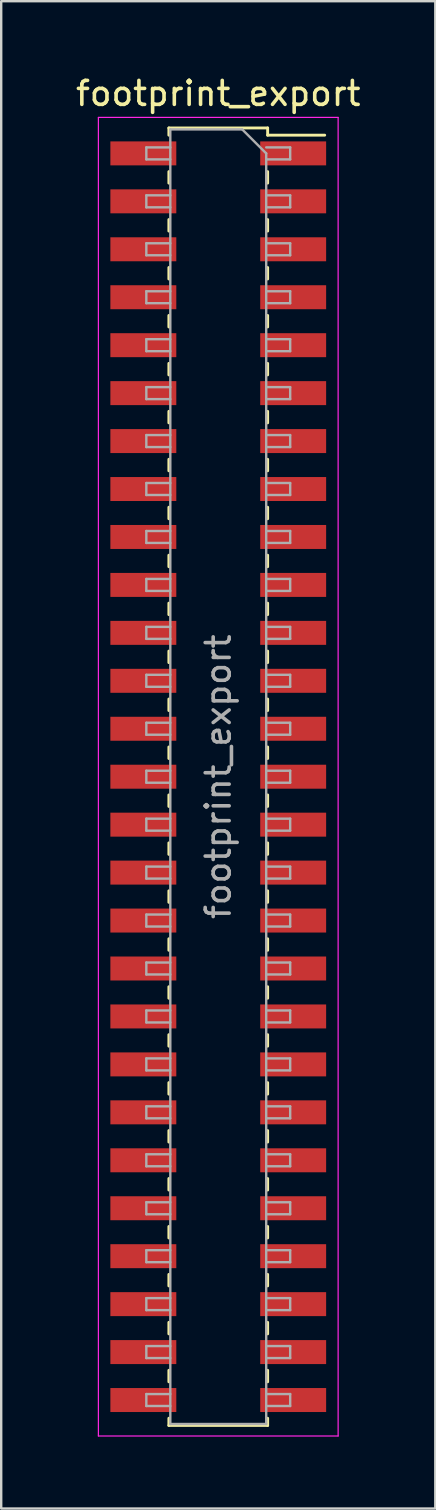
<source format=kicad_pcb>
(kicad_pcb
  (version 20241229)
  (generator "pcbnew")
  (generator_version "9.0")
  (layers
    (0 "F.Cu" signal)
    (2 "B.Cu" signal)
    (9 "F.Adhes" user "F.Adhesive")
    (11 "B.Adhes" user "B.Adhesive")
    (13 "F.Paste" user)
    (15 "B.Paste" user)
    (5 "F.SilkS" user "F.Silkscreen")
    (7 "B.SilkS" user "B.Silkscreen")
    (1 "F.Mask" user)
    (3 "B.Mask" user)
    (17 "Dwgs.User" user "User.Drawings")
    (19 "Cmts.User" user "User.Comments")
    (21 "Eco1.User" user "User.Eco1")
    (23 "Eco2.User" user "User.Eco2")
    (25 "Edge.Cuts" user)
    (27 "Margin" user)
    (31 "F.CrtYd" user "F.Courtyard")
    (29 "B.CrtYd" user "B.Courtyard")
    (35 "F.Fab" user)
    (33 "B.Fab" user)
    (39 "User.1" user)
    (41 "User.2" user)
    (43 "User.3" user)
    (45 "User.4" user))
  (footprint "footprint_export"
    (layer "F.Cu")
    (at 6.054 29.348)
    (property "Reference" "footprint_export" (at 0 -28.5 0) (layer "F.SilkS") (effects (font (size 1 1) (thickness 0.15))))
    (attr smd)
    (fp_line (start -2.06 -27.06) (end -2.06 -26.76) (stroke (width 0.12) (type solid)) (layer "F.SilkS"))
    (fp_line (start -2.06 -27.06) (end 2.06 -27.06) (stroke (width 0.12) (type solid)) (layer "F.SilkS"))
    (fp_line (start -2.06 -25.24) (end -2.06 -24.76) (stroke (width 0.12) (type solid)) (layer "F.SilkS"))
    (fp_line (start -2.06 -23.24) (end -2.06 -22.76) (stroke (width 0.12) (type solid)) (layer "F.SilkS"))
    (fp_line (start -2.06 -21.24) (end -2.06 -20.76) (stroke (width 0.12) (type solid)) (layer "F.SilkS"))
    (fp_line (start -2.06 -19.24) (end -2.06 -18.76) (stroke (width 0.12) (type solid)) (layer "F.SilkS"))
    (fp_line (start -2.06 -17.24) (end -2.06 -16.76) (stroke (width 0.12) (type solid)) (layer "F.SilkS"))
    (fp_line (start -2.06 -15.24) (end -2.06 -14.76) (stroke (width 0.12) (type solid)) (layer "F.SilkS"))
    (fp_line (start -2.06 -13.24) (end -2.06 -12.76) (stroke (width 0.12) (type solid)) (layer "F.SilkS"))
    (fp_line (start -2.06 -11.24) (end -2.06 -10.76) (stroke (width 0.12) (type solid)) (layer "F.SilkS"))
    (fp_line (start -2.06 -9.24) (end -2.06 -8.76) (stroke (width 0.12) (type solid)) (layer "F.SilkS"))
    (fp_line (start -2.06 -7.24) (end -2.06 -6.76) (stroke (width 0.12) (type solid)) (layer "F.SilkS"))
    (fp_line (start -2.06 -5.24) (end -2.06 -4.76) (stroke (width 0.12) (type solid)) (layer "F.SilkS"))
    (fp_line (start -2.06 -3.24) (end -2.06 -2.76) (stroke (width 0.12) (type solid)) (layer "F.SilkS"))
    (fp_line (start -2.06 -1.24) (end -2.06 -0.76) (stroke (width 0.12) (type solid)) (layer "F.SilkS"))
    (fp_line (start -2.06 0.76) (end -2.06 1.24) (stroke (width 0.12) (type solid)) (layer "F.SilkS"))
    (fp_line (start -2.06 2.76) (end -2.06 3.24) (stroke (width 0.12) (type solid)) (layer "F.SilkS"))
    (fp_line (start -2.06 4.76) (end -2.06 5.24) (stroke (width 0.12) (type solid)) (layer "F.SilkS"))
    (fp_line (start -2.06 6.76) (end -2.06 7.24) (stroke (width 0.12) (type solid)) (layer "F.SilkS"))
    (fp_line (start -2.06 8.76) (end -2.06 9.24) (stroke (width 0.12) (type solid)) (layer "F.SilkS"))
    (fp_line (start -2.06 10.76) (end -2.06 11.24) (stroke (width 0.12) (type solid)) (layer "F.SilkS"))
    (fp_line (start -2.06 12.76) (end -2.06 13.24) (stroke (width 0.12) (type solid)) (layer "F.SilkS"))
    (fp_line (start -2.06 14.76) (end -2.06 15.24) (stroke (width 0.12) (type solid)) (layer "F.SilkS"))
    (fp_line (start -2.06 16.76) (end -2.06 17.24) (stroke (width 0.12) (type solid)) (layer "F.SilkS"))
    (fp_line (start -2.06 18.76) (end -2.06 19.24) (stroke (width 0.12) (type solid)) (layer "F.SilkS"))
    (fp_line (start -2.06 20.76) (end -2.06 21.24) (stroke (width 0.12) (type solid)) (layer "F.SilkS"))
    (fp_line (start -2.06 22.76) (end -2.06 23.24) (stroke (width 0.12) (type solid)) (layer "F.SilkS"))
    (fp_line (start -2.06 24.76) (end -2.06 25.24) (stroke (width 0.12) (type solid)) (layer "F.SilkS"))
    (fp_line (start -2.06 26.76) (end -2.06 27.06) (stroke (width 0.12) (type solid)) (layer "F.SilkS"))
    (fp_line (start -2.06 27.06) (end 2.06 27.06) (stroke (width 0.12) (type solid)) (layer "F.SilkS"))
    (fp_line (start 2.06 -27.06) (end 2.06 -26.76) (stroke (width 0.12) (type solid)) (layer "F.SilkS"))
    (fp_line (start 2.06 -26.76) (end 4.44 -26.76) (stroke (width 0.12) (type solid)) (layer "F.SilkS"))
    (fp_line (start 2.06 -25.24) (end 2.06 -24.76) (stroke (width 0.12) (type solid)) (layer "F.SilkS"))
    (fp_line (start 2.06 -23.24) (end 2.06 -22.76) (stroke (width 0.12) (type solid)) (layer "F.SilkS"))
    (fp_line (start 2.06 -21.24) (end 2.06 -20.76) (stroke (width 0.12) (type solid)) (layer "F.SilkS"))
    (fp_line (start 2.06 -19.24) (end 2.06 -18.76) (stroke (width 0.12) (type solid)) (layer "F.SilkS"))
    (fp_line (start 2.06 -17.24) (end 2.06 -16.76) (stroke (width 0.12) (type solid)) (layer "F.SilkS"))
    (fp_line (start 2.06 -15.24) (end 2.06 -14.76) (stroke (width 0.12) (type solid)) (layer "F.SilkS"))
    (fp_line (start 2.06 -13.24) (end 2.06 -12.76) (stroke (width 0.12) (type solid)) (layer "F.SilkS"))
    (fp_line (start 2.06 -11.24) (end 2.06 -10.76) (stroke (width 0.12) (type solid)) (layer "F.SilkS"))
    (fp_line (start 2.06 -9.24) (end 2.06 -8.76) (stroke (width 0.12) (type solid)) (layer "F.SilkS"))
    (fp_line (start 2.06 -7.24) (end 2.06 -6.76) (stroke (width 0.12) (type solid)) (layer "F.SilkS"))
    (fp_line (start 2.06 -5.24) (end 2.06 -4.76) (stroke (width 0.12) (type solid)) (layer "F.SilkS"))
    (fp_line (start 2.06 -3.24) (end 2.06 -2.76) (stroke (width 0.12) (type solid)) (layer "F.SilkS"))
    (fp_line (start 2.06 -1.24) (end 2.06 -0.76) (stroke (width 0.12) (type solid)) (layer "F.SilkS"))
    (fp_line (start 2.06 0.76) (end 2.06 1.24) (stroke (width 0.12) (type solid)) (layer "F.SilkS"))
    (fp_line (start 2.06 2.76) (end 2.06 3.24) (stroke (width 0.12) (type solid)) (layer "F.SilkS"))
    (fp_line (start 2.06 4.76) (end 2.06 5.24) (stroke (width 0.12) (type solid)) (layer "F.SilkS"))
    (fp_line (start 2.06 6.76) (end 2.06 7.24) (stroke (width 0.12) (type solid)) (layer "F.SilkS"))
    (fp_line (start 2.06 8.76) (end 2.06 9.24) (stroke (width 0.12) (type solid)) (layer "F.SilkS"))
    (fp_line (start 2.06 10.76) (end 2.06 11.24) (stroke (width 0.12) (type solid)) (layer "F.SilkS"))
    (fp_line (start 2.06 12.76) (end 2.06 13.24) (stroke (width 0.12) (type solid)) (layer "F.SilkS"))
    (fp_line (start 2.06 14.76) (end 2.06 15.24) (stroke (width 0.12) (type solid)) (layer "F.SilkS"))
    (fp_line (start 2.06 16.76) (end 2.06 17.24) (stroke (width 0.12) (type solid)) (layer "F.SilkS"))
    (fp_line (start 2.06 18.76) (end 2.06 19.24) (stroke (width 0.12) (type solid)) (layer "F.SilkS"))
    (fp_line (start 2.06 20.76) (end 2.06 21.24) (stroke (width 0.12) (type solid)) (layer "F.SilkS"))
    (fp_line (start 2.06 22.76) (end 2.06 23.24) (stroke (width 0.12) (type solid)) (layer "F.SilkS"))
    (fp_line (start 2.06 24.76) (end 2.06 25.24) (stroke (width 0.12) (type solid)) (layer "F.SilkS"))
    (fp_line (start 2.06 26.76) (end 2.06 27.06) (stroke (width 0.12) (type solid)) (layer "F.SilkS"))
    (fp_line (start -5 -27.5) (end 5 -27.5) (stroke (width 0.05) (type solid)) (layer "F.CrtYd"))
    (fp_line (start -5 27.5) (end -5 -27.5) (stroke (width 0.05) (type solid)) (layer "F.CrtYd"))
    (fp_line (start 5 -27.5) (end 5 27.5) (stroke (width 0.05) (type solid)) (layer "F.CrtYd"))
    (fp_line (start 5 27.5) (end -5 27.5) (stroke (width 0.05) (type solid)) (layer "F.CrtYd"))
    (fp_line (start -3 -26.25) (end -2 -26.25) (stroke (width 0.1) (type solid)) (layer "F.Fab"))
    (fp_line (start -3 -25.75) (end -3 -26.25) (stroke (width 0.1) (type solid)) (layer "F.Fab"))
    (fp_line (start -3 -24.25) (end -2 -24.25) (stroke (width 0.1) (type solid)) (layer "F.Fab"))
    (fp_line (start -3 -23.75) (end -3 -24.25) (stroke (width 0.1) (type solid)) (layer "F.Fab"))
    (fp_line (start -3 -22.25) (end -2 -22.25) (stroke (width 0.1) (type solid)) (layer "F.Fab"))
    (fp_line (start -3 -21.75) (end -3 -22.25) (stroke (width 0.1) (type solid)) (layer "F.Fab"))
    (fp_line (start -3 -20.25) (end -2 -20.25) (stroke (width 0.1) (type solid)) (layer "F.Fab"))
    (fp_line (start -3 -19.75) (end -3 -20.25) (stroke (width 0.1) (type solid)) (layer "F.Fab"))
    (fp_line (start -3 -18.25) (end -2 -18.25) (stroke (width 0.1) (type solid)) (layer "F.Fab"))
    (fp_line (start -3 -17.75) (end -3 -18.25) (stroke (width 0.1) (type solid)) (layer "F.Fab"))
    (fp_line (start -3 -16.25) (end -2 -16.25) (stroke (width 0.1) (type solid)) (layer "F.Fab"))
    (fp_line (start -3 -15.75) (end -3 -16.25) (stroke (width 0.1) (type solid)) (layer "F.Fab"))
    (fp_line (start -3 -14.25) (end -2 -14.25) (stroke (width 0.1) (type solid)) (layer "F.Fab"))
    (fp_line (start -3 -13.75) (end -3 -14.25) (stroke (width 0.1) (type solid)) (layer "F.Fab"))
    (fp_line (start -3 -12.25) (end -2 -12.25) (stroke (width 0.1) (type solid)) (layer "F.Fab"))
    (fp_line (start -3 -11.75) (end -3 -12.25) (stroke (width 0.1) (type solid)) (layer "F.Fab"))
    (fp_line (start -3 -10.25) (end -2 -10.25) (stroke (width 0.1) (type solid)) (layer "F.Fab"))
    (fp_line (start -3 -9.75) (end -3 -10.25) (stroke (width 0.1) (type solid)) (layer "F.Fab"))
    (fp_line (start -3 -8.25) (end -2 -8.25) (stroke (width 0.1) (type solid)) (layer "F.Fab"))
    (fp_line (start -3 -7.75) (end -3 -8.25) (stroke (width 0.1) (type solid)) (layer "F.Fab"))
    (fp_line (start -3 -6.25) (end -2 -6.25) (stroke (width 0.1) (type solid)) (layer "F.Fab"))
    (fp_line (start -3 -5.75) (end -3 -6.25) (stroke (width 0.1) (type solid)) (layer "F.Fab"))
    (fp_line (start -3 -4.25) (end -2 -4.25) (stroke (width 0.1) (type solid)) (layer "F.Fab"))
    (fp_line (start -3 -3.75) (end -3 -4.25) (stroke (width 0.1) (type solid)) (layer "F.Fab"))
    (fp_line (start -3 -2.25) (end -2 -2.25) (stroke (width 0.1) (type solid)) (layer "F.Fab"))
    (fp_line (start -3 -1.75) (end -3 -2.25) (stroke (width 0.1) (type solid)) (layer "F.Fab"))
    (fp_line (start -3 -0.25) (end -2 -0.25) (stroke (width 0.1) (type solid)) (layer "F.Fab"))
    (fp_line (start -3 0.25) (end -3 -0.25) (stroke (width 0.1) (type solid)) (layer "F.Fab"))
    (fp_line (start -3 1.75) (end -2 1.75) (stroke (width 0.1) (type solid)) (layer "F.Fab"))
    (fp_line (start -3 2.25) (end -3 1.75) (stroke (width 0.1) (type solid)) (layer "F.Fab"))
    (fp_line (start -3 3.75) (end -2 3.75) (stroke (width 0.1) (type solid)) (layer "F.Fab"))
    (fp_line (start -3 4.25) (end -3 3.75) (stroke (width 0.1) (type solid)) (layer "F.Fab"))
    (fp_line (start -3 5.75) (end -2 5.75) (stroke (width 0.1) (type solid)) (layer "F.Fab"))
    (fp_line (start -3 6.25) (end -3 5.75) (stroke (width 0.1) (type solid)) (layer "F.Fab"))
    (fp_line (start -3 7.75) (end -2 7.75) (stroke (width 0.1) (type solid)) (layer "F.Fab"))
    (fp_line (start -3 8.25) (end -3 7.75) (stroke (width 0.1) (type solid)) (layer "F.Fab"))
    (fp_line (start -3 9.75) (end -2 9.75) (stroke (width 0.1) (type solid)) (layer "F.Fab"))
    (fp_line (start -3 10.25) (end -3 9.75) (stroke (width 0.1) (type solid)) (layer "F.Fab"))
    (fp_line (start -3 11.75) (end -2 11.75) (stroke (width 0.1) (type solid)) (layer "F.Fab"))
    (fp_line (start -3 12.25) (end -3 11.75) (stroke (width 0.1) (type solid)) (layer "F.Fab"))
    (fp_line (start -3 13.75) (end -2 13.75) (stroke (width 0.1) (type solid)) (layer "F.Fab"))
    (fp_line (start -3 14.25) (end -3 13.75) (stroke (width 0.1) (type solid)) (layer "F.Fab"))
    (fp_line (start -3 15.75) (end -2 15.75) (stroke (width 0.1) (type solid)) (layer "F.Fab"))
    (fp_line (start -3 16.25) (end -3 15.75) (stroke (width 0.1) (type solid)) (layer "F.Fab"))
    (fp_line (start -3 17.75) (end -2 17.75) (stroke (width 0.1) (type solid)) (layer "F.Fab"))
    (fp_line (start -3 18.25) (end -3 17.75) (stroke (width 0.1) (type solid)) (layer "F.Fab"))
    (fp_line (start -3 19.75) (end -2 19.75) (stroke (width 0.1) (type solid)) (layer "F.Fab"))
    (fp_line (start -3 20.25) (end -3 19.75) (stroke (width 0.1) (type solid)) (layer "F.Fab"))
    (fp_line (start -3 21.75) (end -2 21.75) (stroke (width 0.1) (type solid)) (layer "F.Fab"))
    (fp_line (start -3 22.25) (end -3 21.75) (stroke (width 0.1) (type solid)) (layer "F.Fab"))
    (fp_line (start -3 23.75) (end -2 23.75) (stroke (width 0.1) (type solid)) (layer "F.Fab"))
    (fp_line (start -3 24.25) (end -3 23.75) (stroke (width 0.1) (type solid)) (layer "F.Fab"))
    (fp_line (start -3 25.75) (end -2 25.75) (stroke (width 0.1) (type solid)) (layer "F.Fab"))
    (fp_line (start -3 26.25) (end -3 25.75) (stroke (width 0.1) (type solid)) (layer "F.Fab"))
    (fp_line (start -2 -27) (end 1 -27) (stroke (width 0.1) (type solid)) (layer "F.Fab"))
    (fp_line (start -2 -25.75) (end -3 -25.75) (stroke (width 0.1) (type solid)) (layer "F.Fab"))
    (fp_line (start -2 -23.75) (end -3 -23.75) (stroke (width 0.1) (type solid)) (layer "F.Fab"))
    (fp_line (start -2 -21.75) (end -3 -21.75) (stroke (width 0.1) (type solid)) (layer "F.Fab"))
    (fp_line (start -2 -19.75) (end -3 -19.75) (stroke (width 0.1) (type solid)) (layer "F.Fab"))
    (fp_line (start -2 -17.75) (end -3 -17.75) (stroke (width 0.1) (type solid)) (layer "F.Fab"))
    (fp_line (start -2 -15.75) (end -3 -15.75) (stroke (width 0.1) (type solid)) (layer "F.Fab"))
    (fp_line (start -2 -13.75) (end -3 -13.75) (stroke (width 0.1) (type solid)) (layer "F.Fab"))
    (fp_line (start -2 -11.75) (end -3 -11.75) (stroke (width 0.1) (type solid)) (layer "F.Fab"))
    (fp_line (start -2 -9.75) (end -3 -9.75) (stroke (width 0.1) (type solid)) (layer "F.Fab"))
    (fp_line (start -2 -7.75) (end -3 -7.75) (stroke (width 0.1) (type solid)) (layer "F.Fab"))
    (fp_line (start -2 -5.75) (end -3 -5.75) (stroke (width 0.1) (type solid)) (layer "F.Fab"))
    (fp_line (start -2 -3.75) (end -3 -3.75) (stroke (width 0.1) (type solid)) (layer "F.Fab"))
    (fp_line (start -2 -1.75) (end -3 -1.75) (stroke (width 0.1) (type solid)) (layer "F.Fab"))
    (fp_line (start -2 0.25) (end -3 0.25) (stroke (width 0.1) (type solid)) (layer "F.Fab"))
    (fp_line (start -2 2.25) (end -3 2.25) (stroke (width 0.1) (type solid)) (layer "F.Fab"))
    (fp_line (start -2 4.25) (end -3 4.25) (stroke (width 0.1) (type solid)) (layer "F.Fab"))
    (fp_line (start -2 6.25) (end -3 6.25) (stroke (width 0.1) (type solid)) (layer "F.Fab"))
    (fp_line (start -2 8.25) (end -3 8.25) (stroke (width 0.1) (type solid)) (layer "F.Fab"))
    (fp_line (start -2 10.25) (end -3 10.25) (stroke (width 0.1) (type solid)) (layer "F.Fab"))
    (fp_line (start -2 12.25) (end -3 12.25) (stroke (width 0.1) (type solid)) (layer "F.Fab"))
    (fp_line (start -2 14.25) (end -3 14.25) (stroke (width 0.1) (type solid)) (layer "F.Fab"))
    (fp_line (start -2 16.25) (end -3 16.25) (stroke (width 0.1) (type solid)) (layer "F.Fab"))
    (fp_line (start -2 18.25) (end -3 18.25) (stroke (width 0.1) (type solid)) (layer "F.Fab"))
    (fp_line (start -2 20.25) (end -3 20.25) (stroke (width 0.1) (type solid)) (layer "F.Fab"))
    (fp_line (start -2 22.25) (end -3 22.25) (stroke (width 0.1) (type solid)) (layer "F.Fab"))
    (fp_line (start -2 24.25) (end -3 24.25) (stroke (width 0.1) (type solid)) (layer "F.Fab"))
    (fp_line (start -2 26.25) (end -3 26.25) (stroke (width 0.1) (type solid)) (layer "F.Fab"))
    (fp_line (start -2 27) (end -2 -27) (stroke (width 0.1) (type solid)) (layer "F.Fab"))
    (fp_line (start 1 -27) (end 2 -26) (stroke (width 0.1) (type solid)) (layer "F.Fab"))
    (fp_line (start 2 -26.25) (end 3 -26.25) (stroke (width 0.1) (type solid)) (layer "F.Fab"))
    (fp_line (start 2 -26) (end 2 27) (stroke (width 0.1) (type solid)) (layer "F.Fab"))
    (fp_line (start 2 -24.25) (end 3 -24.25) (stroke (width 0.1) (type solid)) (layer "F.Fab"))
    (fp_line (start 2 -22.25) (end 3 -22.25) (stroke (width 0.1) (type solid)) (layer "F.Fab"))
    (fp_line (start 2 -20.25) (end 3 -20.25) (stroke (width 0.1) (type solid)) (layer "F.Fab"))
    (fp_line (start 2 -18.25) (end 3 -18.25) (stroke (width 0.1) (type solid)) (layer "F.Fab"))
    (fp_line (start 2 -16.25) (end 3 -16.25) (stroke (width 0.1) (type solid)) (layer "F.Fab"))
    (fp_line (start 2 -14.25) (end 3 -14.25) (stroke (width 0.1) (type solid)) (layer "F.Fab"))
    (fp_line (start 2 -12.25) (end 3 -12.25) (stroke (width 0.1) (type solid)) (layer "F.Fab"))
    (fp_line (start 2 -10.25) (end 3 -10.25) (stroke (width 0.1) (type solid)) (layer "F.Fab"))
    (fp_line (start 2 -8.25) (end 3 -8.25) (stroke (width 0.1) (type solid)) (layer "F.Fab"))
    (fp_line (start 2 -6.25) (end 3 -6.25) (stroke (width 0.1) (type solid)) (layer "F.Fab"))
    (fp_line (start 2 -4.25) (end 3 -4.25) (stroke (width 0.1) (type solid)) (layer "F.Fab"))
    (fp_line (start 2 -2.25) (end 3 -2.25) (stroke (width 0.1) (type solid)) (layer "F.Fab"))
    (fp_line (start 2 -0.25) (end 3 -0.25) (stroke (width 0.1) (type solid)) (layer "F.Fab"))
    (fp_line (start 2 1.75) (end 3 1.75) (stroke (width 0.1) (type solid)) (layer "F.Fab"))
    (fp_line (start 2 3.75) (end 3 3.75) (stroke (width 0.1) (type solid)) (layer "F.Fab"))
    (fp_line (start 2 5.75) (end 3 5.75) (stroke (width 0.1) (type solid)) (layer "F.Fab"))
    (fp_line (start 2 7.75) (end 3 7.75) (stroke (width 0.1) (type solid)) (layer "F.Fab"))
    (fp_line (start 2 9.75) (end 3 9.75) (stroke (width 0.1) (type solid)) (layer "F.Fab"))
    (fp_line (start 2 11.75) (end 3 11.75) (stroke (width 0.1) (type solid)) (layer "F.Fab"))
    (fp_line (start 2 13.75) (end 3 13.75) (stroke (width 0.1) (type solid)) (layer "F.Fab"))
    (fp_line (start 2 15.75) (end 3 15.75) (stroke (width 0.1) (type solid)) (layer "F.Fab"))
    (fp_line (start 2 17.75) (end 3 17.75) (stroke (width 0.1) (type solid)) (layer "F.Fab"))
    (fp_line (start 2 19.75) (end 3 19.75) (stroke (width 0.1) (type solid)) (layer "F.Fab"))
    (fp_line (start 2 21.75) (end 3 21.75) (stroke (width 0.1) (type solid)) (layer "F.Fab"))
    (fp_line (start 2 23.75) (end 3 23.75) (stroke (width 0.1) (type solid)) (layer "F.Fab"))
    (fp_line (start 2 25.75) (end 3 25.75) (stroke (width 0.1) (type solid)) (layer "F.Fab"))
    (fp_line (start 2 27) (end -2 27) (stroke (width 0.1) (type solid)) (layer "F.Fab"))
    (fp_line (start 3 -26.25) (end 3 -25.75) (stroke (width 0.1) (type solid)) (layer "F.Fab"))
    (fp_line (start 3 -25.75) (end 2 -25.75) (stroke (width 0.1) (type solid)) (layer "F.Fab"))
    (fp_line (start 3 -24.25) (end 3 -23.75) (stroke (width 0.1) (type solid)) (layer "F.Fab"))
    (fp_line (start 3 -23.75) (end 2 -23.75) (stroke (width 0.1) (type solid)) (layer "F.Fab"))
    (fp_line (start 3 -22.25) (end 3 -21.75) (stroke (width 0.1) (type solid)) (layer "F.Fab"))
    (fp_line (start 3 -21.75) (end 2 -21.75) (stroke (width 0.1) (type solid)) (layer "F.Fab"))
    (fp_line (start 3 -20.25) (end 3 -19.75) (stroke (width 0.1) (type solid)) (layer "F.Fab"))
    (fp_line (start 3 -19.75) (end 2 -19.75) (stroke (width 0.1) (type solid)) (layer "F.Fab"))
    (fp_line (start 3 -18.25) (end 3 -17.75) (stroke (width 0.1) (type solid)) (layer "F.Fab"))
    (fp_line (start 3 -17.75) (end 2 -17.75) (stroke (width 0.1) (type solid)) (layer "F.Fab"))
    (fp_line (start 3 -16.25) (end 3 -15.75) (stroke (width 0.1) (type solid)) (layer "F.Fab"))
    (fp_line (start 3 -15.75) (end 2 -15.75) (stroke (width 0.1) (type solid)) (layer "F.Fab"))
    (fp_line (start 3 -14.25) (end 3 -13.75) (stroke (width 0.1) (type solid)) (layer "F.Fab"))
    (fp_line (start 3 -13.75) (end 2 -13.75) (stroke (width 0.1) (type solid)) (layer "F.Fab"))
    (fp_line (start 3 -12.25) (end 3 -11.75) (stroke (width 0.1) (type solid)) (layer "F.Fab"))
    (fp_line (start 3 -11.75) (end 2 -11.75) (stroke (width 0.1) (type solid)) (layer "F.Fab"))
    (fp_line (start 3 -10.25) (end 3 -9.75) (stroke (width 0.1) (type solid)) (layer "F.Fab"))
    (fp_line (start 3 -9.75) (end 2 -9.75) (stroke (width 0.1) (type solid)) (layer "F.Fab"))
    (fp_line (start 3 -8.25) (end 3 -7.75) (stroke (width 0.1) (type solid)) (layer "F.Fab"))
    (fp_line (start 3 -7.75) (end 2 -7.75) (stroke (width 0.1) (type solid)) (layer "F.Fab"))
    (fp_line (start 3 -6.25) (end 3 -5.75) (stroke (width 0.1) (type solid)) (layer "F.Fab"))
    (fp_line (start 3 -5.75) (end 2 -5.75) (stroke (width 0.1) (type solid)) (layer "F.Fab"))
    (fp_line (start 3 -4.25) (end 3 -3.75) (stroke (width 0.1) (type solid)) (layer "F.Fab"))
    (fp_line (start 3 -3.75) (end 2 -3.75) (stroke (width 0.1) (type solid)) (layer "F.Fab"))
    (fp_line (start 3 -2.25) (end 3 -1.75) (stroke (width 0.1) (type solid)) (layer "F.Fab"))
    (fp_line (start 3 -1.75) (end 2 -1.75) (stroke (width 0.1) (type solid)) (layer "F.Fab"))
    (fp_line (start 3 -0.25) (end 3 0.25) (stroke (width 0.1) (type solid)) (layer "F.Fab"))
    (fp_line (start 3 0.25) (end 2 0.25) (stroke (width 0.1) (type solid)) (layer "F.Fab"))
    (fp_line (start 3 1.75) (end 3 2.25) (stroke (width 0.1) (type solid)) (layer "F.Fab"))
    (fp_line (start 3 2.25) (end 2 2.25) (stroke (width 0.1) (type solid)) (layer "F.Fab"))
    (fp_line (start 3 3.75) (end 3 4.25) (stroke (width 0.1) (type solid)) (layer "F.Fab"))
    (fp_line (start 3 4.25) (end 2 4.25) (stroke (width 0.1) (type solid)) (layer "F.Fab"))
    (fp_line (start 3 5.75) (end 3 6.25) (stroke (width 0.1) (type solid)) (layer "F.Fab"))
    (fp_line (start 3 6.25) (end 2 6.25) (stroke (width 0.1) (type solid)) (layer "F.Fab"))
    (fp_line (start 3 7.75) (end 3 8.25) (stroke (width 0.1) (type solid)) (layer "F.Fab"))
    (fp_line (start 3 8.25) (end 2 8.25) (stroke (width 0.1) (type solid)) (layer "F.Fab"))
    (fp_line (start 3 9.75) (end 3 10.25) (stroke (width 0.1) (type solid)) (layer "F.Fab"))
    (fp_line (start 3 10.25) (end 2 10.25) (stroke (width 0.1) (type solid)) (layer "F.Fab"))
    (fp_line (start 3 11.75) (end 3 12.25) (stroke (width 0.1) (type solid)) (layer "F.Fab"))
    (fp_line (start 3 12.25) (end 2 12.25) (stroke (width 0.1) (type solid)) (layer "F.Fab"))
    (fp_line (start 3 13.75) (end 3 14.25) (stroke (width 0.1) (type solid)) (layer "F.Fab"))
    (fp_line (start 3 14.25) (end 2 14.25) (stroke (width 0.1) (type solid)) (layer "F.Fab"))
    (fp_line (start 3 15.75) (end 3 16.25) (stroke (width 0.1) (type solid)) (layer "F.Fab"))
    (fp_line (start 3 16.25) (end 2 16.25) (stroke (width 0.1) (type solid)) (layer "F.Fab"))
    (fp_line (start 3 17.75) (end 3 18.25) (stroke (width 0.1) (type solid)) (layer "F.Fab"))
    (fp_line (start 3 18.25) (end 2 18.25) (stroke (width 0.1) (type solid)) (layer "F.Fab"))
    (fp_line (start 3 19.75) (end 3 20.25) (stroke (width 0.1) (type solid)) (layer "F.Fab"))
    (fp_line (start 3 20.25) (end 2 20.25) (stroke (width 0.1) (type solid)) (layer "F.Fab"))
    (fp_line (start 3 21.75) (end 3 22.25) (stroke (width 0.1) (type solid)) (layer "F.Fab"))
    (fp_line (start 3 22.25) (end 2 22.25) (stroke (width 0.1) (type solid)) (layer "F.Fab"))
    (fp_line (start 3 23.75) (end 3 24.25) (stroke (width 0.1) (type solid)) (layer "F.Fab"))
    (fp_line (start 3 24.25) (end 2 24.25) (stroke (width 0.1) (type solid)) (layer "F.Fab"))
    (fp_line (start 3 25.75) (end 3 26.25) (stroke (width 0.1) (type solid)) (layer "F.Fab"))
    (fp_line (start 3 26.25) (end 2 26.25) (stroke (width 0.1) (type solid)) (layer "F.Fab"))
    (fp_text user "${REFERENCE}" (at 0 0 90) (layer "F.Fab") (effects (font (size 1 1) (thickness 0.15))))
    (pad "1" smd rect (at 3.125 -26) (size 2.75 1) (layers "F.Cu" "F.Mask" "F.Paste"))
    (pad "2" smd rect (at -3.125 -26) (size 2.75 1) (layers "F.Cu" "F.Mask" "F.Paste"))
    (pad "3" smd rect (at 3.125 -24) (size 2.75 1) (layers "F.Cu" "F.Mask" "F.Paste"))
    (pad "4" smd rect (at -3.125 -24) (size 2.75 1) (layers "F.Cu" "F.Mask" "F.Paste"))
    (pad "5" smd rect (at 3.125 -22) (size 2.75 1) (layers "F.Cu" "F.Mask" "F.Paste"))
    (pad "6" smd rect (at -3.125 -22) (size 2.75 1) (layers "F.Cu" "F.Mask" "F.Paste"))
    (pad "7" smd rect (at 3.125 -20) (size 2.75 1) (layers "F.Cu" "F.Mask" "F.Paste"))
    (pad "8" smd rect (at -3.125 -20) (size 2.75 1) (layers "F.Cu" "F.Mask" "F.Paste"))
    (pad "9" smd rect (at 3.125 -18) (size 2.75 1) (layers "F.Cu" "F.Mask" "F.Paste"))
    (pad "10" smd rect (at -3.125 -18) (size 2.75 1) (layers "F.Cu" "F.Mask" "F.Paste"))
    (pad "11" smd rect (at 3.125 -16) (size 2.75 1) (layers "F.Cu" "F.Mask" "F.Paste"))
    (pad "12" smd rect (at -3.125 -16) (size 2.75 1) (layers "F.Cu" "F.Mask" "F.Paste"))
    (pad "13" smd rect (at 3.125 -14) (size 2.75 1) (layers "F.Cu" "F.Mask" "F.Paste"))
    (pad "14" smd rect (at -3.125 -14) (size 2.75 1) (layers "F.Cu" "F.Mask" "F.Paste"))
    (pad "15" smd rect (at 3.125 -12) (size 2.75 1) (layers "F.Cu" "F.Mask" "F.Paste"))
    (pad "16" smd rect (at -3.125 -12) (size 2.75 1) (layers "F.Cu" "F.Mask" "F.Paste"))
    (pad "17" smd rect (at 3.125 -10) (size 2.75 1) (layers "F.Cu" "F.Mask" "F.Paste"))
    (pad "18" smd rect (at -3.125 -10) (size 2.75 1) (layers "F.Cu" "F.Mask" "F.Paste"))
    (pad "19" smd rect (at 3.125 -8) (size 2.75 1) (layers "F.Cu" "F.Mask" "F.Paste"))
    (pad "20" smd rect (at -3.125 -8) (size 2.75 1) (layers "F.Cu" "F.Mask" "F.Paste"))
    (pad "21" smd rect (at 3.125 -6) (size 2.75 1) (layers "F.Cu" "F.Mask" "F.Paste"))
    (pad "22" smd rect (at -3.125 -6) (size 2.75 1) (layers "F.Cu" "F.Mask" "F.Paste"))
    (pad "23" smd rect (at 3.125 -4) (size 2.75 1) (layers "F.Cu" "F.Mask" "F.Paste"))
    (pad "24" smd rect (at -3.125 -4) (size 2.75 1) (layers "F.Cu" "F.Mask" "F.Paste"))
    (pad "25" smd rect (at 3.125 -2) (size 2.75 1) (layers "F.Cu" "F.Mask" "F.Paste"))
    (pad "26" smd rect (at -3.125 -2) (size 2.75 1) (layers "F.Cu" "F.Mask" "F.Paste"))
    (pad "27" smd rect (at 3.125 0) (size 2.75 1) (layers "F.Cu" "F.Mask" "F.Paste"))
    (pad "28" smd rect (at -3.125 0) (size 2.75 1) (layers "F.Cu" "F.Mask" "F.Paste"))
    (pad "29" smd rect (at 3.125 2) (size 2.75 1) (layers "F.Cu" "F.Mask" "F.Paste"))
    (pad "30" smd rect (at -3.125 2) (size 2.75 1) (layers "F.Cu" "F.Mask" "F.Paste"))
    (pad "31" smd rect (at 3.125 4) (size 2.75 1) (layers "F.Cu" "F.Mask" "F.Paste"))
    (pad "32" smd rect (at -3.125 4) (size 2.75 1) (layers "F.Cu" "F.Mask" "F.Paste"))
    (pad "33" smd rect (at 3.125 6) (size 2.75 1) (layers "F.Cu" "F.Mask" "F.Paste"))
    (pad "34" smd rect (at -3.125 6) (size 2.75 1) (layers "F.Cu" "F.Mask" "F.Paste"))
    (pad "35" smd rect (at 3.125 8) (size 2.75 1) (layers "F.Cu" "F.Mask" "F.Paste"))
    (pad "36" smd rect (at -3.125 8) (size 2.75 1) (layers "F.Cu" "F.Mask" "F.Paste"))
    (pad "37" smd rect (at 3.125 10) (size 2.75 1) (layers "F.Cu" "F.Mask" "F.Paste"))
    (pad "38" smd rect (at -3.125 10) (size 2.75 1) (layers "F.Cu" "F.Mask" "F.Paste"))
    (pad "39" smd rect (at 3.125 12) (size 2.75 1) (layers "F.Cu" "F.Mask" "F.Paste"))
    (pad "40" smd rect (at -3.125 12) (size 2.75 1) (layers "F.Cu" "F.Mask" "F.Paste"))
    (pad "41" smd rect (at 3.125 14) (size 2.75 1) (layers "F.Cu" "F.Mask" "F.Paste"))
    (pad "42" smd rect (at -3.125 14) (size 2.75 1) (layers "F.Cu" "F.Mask" "F.Paste"))
    (pad "43" smd rect (at 3.125 16) (size 2.75 1) (layers "F.Cu" "F.Mask" "F.Paste"))
    (pad "44" smd rect (at -3.125 16) (size 2.75 1) (layers "F.Cu" "F.Mask" "F.Paste"))
    (pad "45" smd rect (at 3.125 18) (size 2.75 1) (layers "F.Cu" "F.Mask" "F.Paste"))
    (pad "46" smd rect (at -3.125 18) (size 2.75 1) (layers "F.Cu" "F.Mask" "F.Paste"))
    (pad "47" smd rect (at 3.125 20) (size 2.75 1) (layers "F.Cu" "F.Mask" "F.Paste"))
    (pad "48" smd rect (at -3.125 20) (size 2.75 1) (layers "F.Cu" "F.Mask" "F.Paste"))
    (pad "49" smd rect (at 3.125 22) (size 2.75 1) (layers "F.Cu" "F.Mask" "F.Paste"))
    (pad "50" smd rect (at -3.125 22) (size 2.75 1) (layers "F.Cu" "F.Mask" "F.Paste"))
    (pad "51" smd rect (at 3.125 24) (size 2.75 1) (layers "F.Cu" "F.Mask" "F.Paste"))
    (pad "52" smd rect (at -3.125 24) (size 2.75 1) (layers "F.Cu" "F.Mask" "F.Paste"))
    (pad "53" smd rect (at 3.125 26) (size 2.75 1) (layers "F.Cu" "F.Mask" "F.Paste"))
    (pad "54" smd rect (at -3.125 26) (size 2.75 1) (layers "F.Cu" "F.Mask" "F.Paste")))
  (gr_rect
    (start -3 -3)
    (end 15.107 59.873)
    (stroke (width 0.1) (type default))
    (fill no)
    (layer "Edge.Cuts")))
</source>
